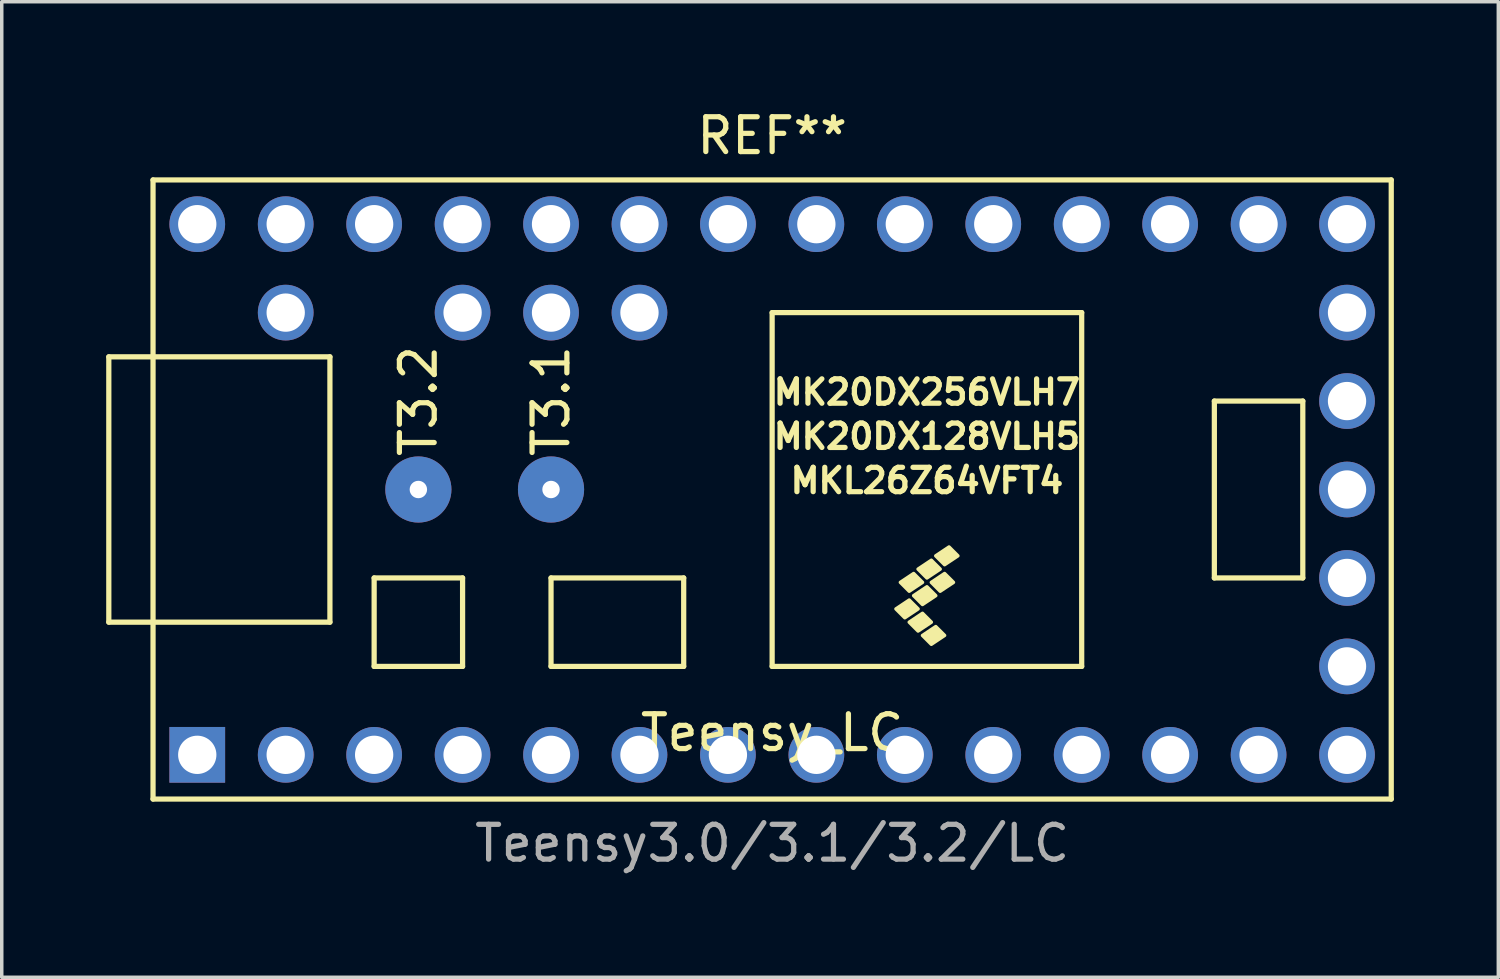
<source format=kicad_pcb>
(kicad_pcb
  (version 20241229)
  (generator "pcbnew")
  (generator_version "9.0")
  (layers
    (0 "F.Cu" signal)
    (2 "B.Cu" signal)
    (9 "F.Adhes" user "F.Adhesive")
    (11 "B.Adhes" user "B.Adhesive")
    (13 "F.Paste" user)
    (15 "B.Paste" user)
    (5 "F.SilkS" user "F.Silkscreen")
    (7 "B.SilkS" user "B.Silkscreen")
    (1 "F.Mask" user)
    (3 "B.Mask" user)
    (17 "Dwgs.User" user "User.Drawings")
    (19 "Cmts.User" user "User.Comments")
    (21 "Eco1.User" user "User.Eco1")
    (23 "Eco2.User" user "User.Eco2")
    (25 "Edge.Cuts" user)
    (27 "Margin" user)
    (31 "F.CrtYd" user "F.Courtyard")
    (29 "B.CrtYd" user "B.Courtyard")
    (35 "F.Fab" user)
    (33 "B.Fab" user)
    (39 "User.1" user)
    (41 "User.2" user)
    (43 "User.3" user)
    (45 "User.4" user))
  (footprint "Teensy_LC"
    (layer "F.Cu")
    (at 19.125 11.008)
    (property "Reference" "Teensy_LC" (at 0 6.985 0) (layer "F.SilkS") (effects (font (size 1 1) (thickness 0.15))))
    (attr through_hole)
    (fp_line (start -19.05 -3.81) (end -17.78 -3.81) (stroke (width 0.15) (type solid)) (layer "F.SilkS"))
    (fp_line (start -19.05 3.81) (end -19.05 -3.81) (stroke (width 0.15) (type solid)) (layer "F.SilkS"))
    (fp_line (start -17.78 -8.89) (end 17.78 -8.89) (stroke (width 0.15) (type solid)) (layer "F.SilkS"))
    (fp_line (start -17.78 3.81) (end -19.05 3.81) (stroke (width 0.15) (type solid)) (layer "F.SilkS"))
    (fp_line (start -17.78 8.89) (end -17.78 -8.89) (stroke (width 0.15) (type solid)) (layer "F.SilkS"))
    (fp_line (start -12.7 -3.81) (end -17.78 -3.81) (stroke (width 0.15) (type solid)) (layer "F.SilkS"))
    (fp_line (start -12.7 3.81) (end -17.78 3.81) (stroke (width 0.15) (type solid)) (layer "F.SilkS"))
    (fp_line (start -12.7 3.81) (end -12.7 -3.81) (stroke (width 0.15) (type solid)) (layer "F.SilkS"))
    (fp_line (start -11.43 2.54) (end -11.43 5.08) (stroke (width 0.15) (type solid)) (layer "F.SilkS"))
    (fp_line (start -11.43 5.08) (end -8.89 5.08) (stroke (width 0.15) (type solid)) (layer "F.SilkS"))
    (fp_line (start -8.89 2.54) (end -11.43 2.54) (stroke (width 0.15) (type solid)) (layer "F.SilkS"))
    (fp_line (start -8.89 5.08) (end -8.89 2.54) (stroke (width 0.15) (type solid)) (layer "F.SilkS"))
    (fp_line (start -6.35 2.54) (end -6.35 5.08) (stroke (width 0.15) (type solid)) (layer "F.SilkS"))
    (fp_line (start -6.35 5.08) (end -2.54 5.08) (stroke (width 0.15) (type solid)) (layer "F.SilkS"))
    (fp_line (start -2.54 2.54) (end -6.35 2.54) (stroke (width 0.15) (type solid)) (layer "F.SilkS"))
    (fp_line (start -2.54 5.08) (end -2.54 2.54) (stroke (width 0.15) (type solid)) (layer "F.SilkS"))
    (fp_line (start 0 -5.08) (end 0 5.08) (stroke (width 0.15) (type solid)) (layer "F.SilkS"))
    (fp_line (start 8.89 -5.08) (end 0 -5.08) (stroke (width 0.15) (type solid)) (layer "F.SilkS"))
    (fp_line (start 8.89 5.08) (end 0 5.08) (stroke (width 0.15) (type solid)) (layer "F.SilkS"))
    (fp_line (start 8.89 5.08) (end 8.89 -5.08) (stroke (width 0.15) (type solid)) (layer "F.SilkS"))
    (fp_line (start 12.7 -2.54) (end 15.24 -2.54) (stroke (width 0.15) (type solid)) (layer "F.SilkS"))
    (fp_line (start 12.7 2.54) (end 12.7 -2.54) (stroke (width 0.15) (type solid)) (layer "F.SilkS"))
    (fp_line (start 15.24 -2.54) (end 15.24 2.54) (stroke (width 0.15) (type solid)) (layer "F.SilkS"))
    (fp_line (start 15.24 2.54) (end 12.7 2.54) (stroke (width 0.15) (type solid)) (layer "F.SilkS"))
    (fp_line (start 17.78 -8.89) (end 17.78 8.89) (stroke (width 0.15) (type solid)) (layer "F.SilkS"))
    (fp_line (start 17.78 8.89) (end -17.78 8.89) (stroke (width 0.15) (type solid)) (layer "F.SilkS"))
    (fp_poly (pts (xy 3.81 3.683) (xy 3.556 3.429) (xy 3.937 3.175) (xy 4.191 3.429)) (stroke (width 0.1) (type solid)) (fill yes) (layer "F.SilkS"))
    (fp_poly (pts (xy 3.937 2.921) (xy 3.683 2.667) (xy 4.064 2.413) (xy 4.318 2.667)) (stroke (width 0.1) (type solid)) (fill yes) (layer "F.SilkS"))
    (fp_poly (pts (xy 4.191 4.064) (xy 3.937 3.81) (xy 4.318 3.556) (xy 4.572 3.81)) (stroke (width 0.1) (type solid)) (fill yes) (layer "F.SilkS"))
    (fp_poly (pts (xy 4.318 3.302) (xy 4.064 3.048) (xy 4.445 2.794) (xy 4.699 3.048)) (stroke (width 0.1) (type solid)) (fill yes) (layer "F.SilkS"))
    (fp_poly (pts (xy 4.445 2.54) (xy 4.191 2.286) (xy 4.572 2.032) (xy 4.826 2.286)) (stroke (width 0.1) (type solid)) (fill yes) (layer "F.SilkS"))
    (fp_poly (pts (xy 4.572 4.445) (xy 4.318 4.191) (xy 4.699 3.937) (xy 4.953 4.191)) (stroke (width 0.1) (type solid)) (fill yes) (layer "F.SilkS"))
    (fp_poly (pts (xy 4.826 2.921) (xy 4.572 2.667) (xy 4.953 2.413) (xy 5.207 2.667)) (stroke (width 0.1) (type solid)) (fill yes) (layer "F.SilkS"))
    (fp_poly (pts (xy 4.953 2.159) (xy 4.699 1.905) (xy 5.08 1.651) (xy 5.334 1.905)) (stroke (width 0.1) (type solid)) (fill yes) (layer "F.SilkS"))
    (fp_text user "REF**" (at 0 -10.16 0) (layer "F.SilkS") (effects (font (size 1 1) (thickness 0.15))))
    (fp_text user "T3.2" (at -10.16 -2.54 90) (layer "F.SilkS") (effects (font (size 1 1) (thickness 0.15))))
    (fp_text user "MKL26Z64VFT4" (at 4.445 -0.254 0) (layer "F.SilkS") (effects (font (size 0.7 0.7) (thickness 0.15))))
    (fp_text user "T3.1" (at -6.35 -2.54 90) (layer "F.SilkS") (effects (font (size 1 1) (thickness 0.15))))
    (fp_text user "MK20DX128VLH5" (at 4.445 -1.524 0) (layer "F.SilkS") (effects (font (size 0.7 0.7) (thickness 0.15))))
    (fp_text user "MK20DX256VLH7" (at 4.445 -2.794 0) (layer "F.SilkS") (effects (font (size 0.7 0.7) (thickness 0.15))))
    (fp_text user "Teensy3.0/3.1/3.2/LC" (at 0 10.16 0) (layer "F.Fab") (effects (font (size 1 1) (thickness 0.15))))
    (pad "1" thru_hole rect (at -16.51 7.62) (size 1.6 1.6) (drill 1.1) (layers "*.Cu" "*.Mask"))
    (pad "2" thru_hole circle (at -13.97 7.62) (size 1.6 1.6) (drill 1.1) (layers "*.Cu" "*.Mask"))
    (pad "3" thru_hole circle (at -11.43 7.62) (size 1.6 1.6) (drill 1.1) (layers "*.Cu" "*.Mask"))
    (pad "4" thru_hole circle (at -8.89 7.62) (size 1.6 1.6) (drill 1.1) (layers "*.Cu" "*.Mask"))
    (pad "5" thru_hole circle (at -6.35 7.62) (size 1.6 1.6) (drill 1.1) (layers "*.Cu" "*.Mask"))
    (pad "6" thru_hole circle (at -3.81 7.62) (size 1.6 1.6) (drill 1.1) (layers "*.Cu" "*.Mask"))
    (pad "7" thru_hole circle (at -1.27 7.62) (size 1.6 1.6) (drill 1.1) (layers "*.Cu" "*.Mask"))
    (pad "8" thru_hole circle (at 1.27 7.62) (size 1.6 1.6) (drill 1.1) (layers "*.Cu" "*.Mask"))
    (pad "9" thru_hole circle (at 3.81 7.62) (size 1.6 1.6) (drill 1.1) (layers "*.Cu" "*.Mask"))
    (pad "10" thru_hole circle (at 6.35 7.62) (size 1.6 1.6) (drill 1.1) (layers "*.Cu" "*.Mask"))
    (pad "11" thru_hole circle (at 8.89 7.62) (size 1.6 1.6) (drill 1.1) (layers "*.Cu" "*.Mask"))
    (pad "12" thru_hole circle (at 11.43 7.62) (size 1.6 1.6) (drill 1.1) (layers "*.Cu" "*.Mask"))
    (pad "13" thru_hole circle (at 13.97 7.62) (size 1.6 1.6) (drill 1.1) (layers "*.Cu" "*.Mask"))
    (pad "14" thru_hole circle (at 16.51 7.62) (size 1.6 1.6) (drill 1.1) (layers "*.Cu" "*.Mask"))
    (pad "15" thru_hole circle (at 16.51 5.08) (size 1.6 1.6) (drill 1.1) (layers "*.Cu" "*.Mask"))
    (pad "16" thru_hole circle (at 16.51 2.54) (size 1.6 1.6) (drill 1.1) (layers "*.Cu" "*.Mask"))
    (pad "17" thru_hole circle (at 16.51 0) (size 1.6 1.6) (drill 1.1) (layers "*.Cu" "*.Mask"))
    (pad "18" thru_hole circle (at 16.51 -2.54) (size 1.6 1.6) (drill 1.1) (layers "*.Cu" "*.Mask"))
    (pad "19" thru_hole circle (at 16.51 -5.08) (size 1.6 1.6) (drill 1.1) (layers "*.Cu" "*.Mask"))
    (pad "20" thru_hole circle (at 16.51 -7.62) (size 1.6 1.6) (drill 1.1) (layers "*.Cu" "*.Mask"))
    (pad "21" thru_hole circle (at 13.97 -7.62) (size 1.6 1.6) (drill 1.1) (layers "*.Cu" "*.Mask"))
    (pad "22" thru_hole circle (at 11.43 -7.62) (size 1.6 1.6) (drill 1.1) (layers "*.Cu" "*.Mask"))
    (pad "23" thru_hole circle (at 8.89 -7.62) (size 1.6 1.6) (drill 1.1) (layers "*.Cu" "*.Mask"))
    (pad "24" thru_hole circle (at 6.35 -7.62) (size 1.6 1.6) (drill 1.1) (layers "*.Cu" "*.Mask"))
    (pad "25" thru_hole circle (at 3.81 -7.62) (size 1.6 1.6) (drill 1.1) (layers "*.Cu" "*.Mask"))
    (pad "26" thru_hole circle (at 1.27 -7.62) (size 1.6 1.6) (drill 1.1) (layers "*.Cu" "*.Mask"))
    (pad "27" thru_hole circle (at -1.27 -7.62) (size 1.6 1.6) (drill 1.1) (layers "*.Cu" "*.Mask"))
    (pad "28" thru_hole circle (at -3.81 -7.62) (size 1.6 1.6) (drill 1.1) (layers "*.Cu" "*.Mask"))
    (pad "29" thru_hole circle (at -6.35 -7.62) (size 1.6 1.6) (drill 1.1) (layers "*.Cu" "*.Mask"))
    (pad "30" thru_hole circle (at -8.89 -7.62) (size 1.6 1.6) (drill 1.1) (layers "*.Cu" "*.Mask"))
    (pad "31" thru_hole circle (at -11.43 -7.62) (size 1.6 1.6) (drill 1.1) (layers "*.Cu" "*.Mask"))
    (pad "32" thru_hole circle (at -13.97 -7.62) (size 1.6 1.6) (drill 1.1) (layers "*.Cu" "*.Mask"))
    (pad "33" thru_hole circle (at -16.51 -7.62) (size 1.6 1.6) (drill 1.1) (layers "*.Cu" "*.Mask"))
    (pad "34" thru_hole circle (at -13.97 -5.08) (size 1.6 1.6) (drill 1.1) (layers "*.Cu" "*.Mask"))
    (pad "35" thru_hole circle (at -8.89 -5.08) (size 1.6 1.6) (drill 1.1) (layers "*.Cu" "*.Mask"))
    (pad "36" thru_hole circle (at -6.35 -5.08) (size 1.6 1.6) (drill 1.1) (layers "*.Cu" "*.Mask"))
    (pad "37" thru_hole circle (at -3.81 -5.08) (size 1.6 1.6) (drill 1.1) (layers "*.Cu" "*.Mask"))
    (pad "52" thru_hole circle (at -10.16 0) (size 1.9 1.9) (drill 0.5) (layers "*.Cu" "*.Mask"))
    (pad "52" thru_hole circle (at -6.35 0) (size 1.9 1.9) (drill 0.5) (layers "*.Cu" "*.Mask")))
  (gr_rect
    (start -3 -3)
    (end 39.98 25.017)
    (stroke (width 0.1) (type default))
    (fill no)
    (layer "Edge.Cuts")))
</source>
